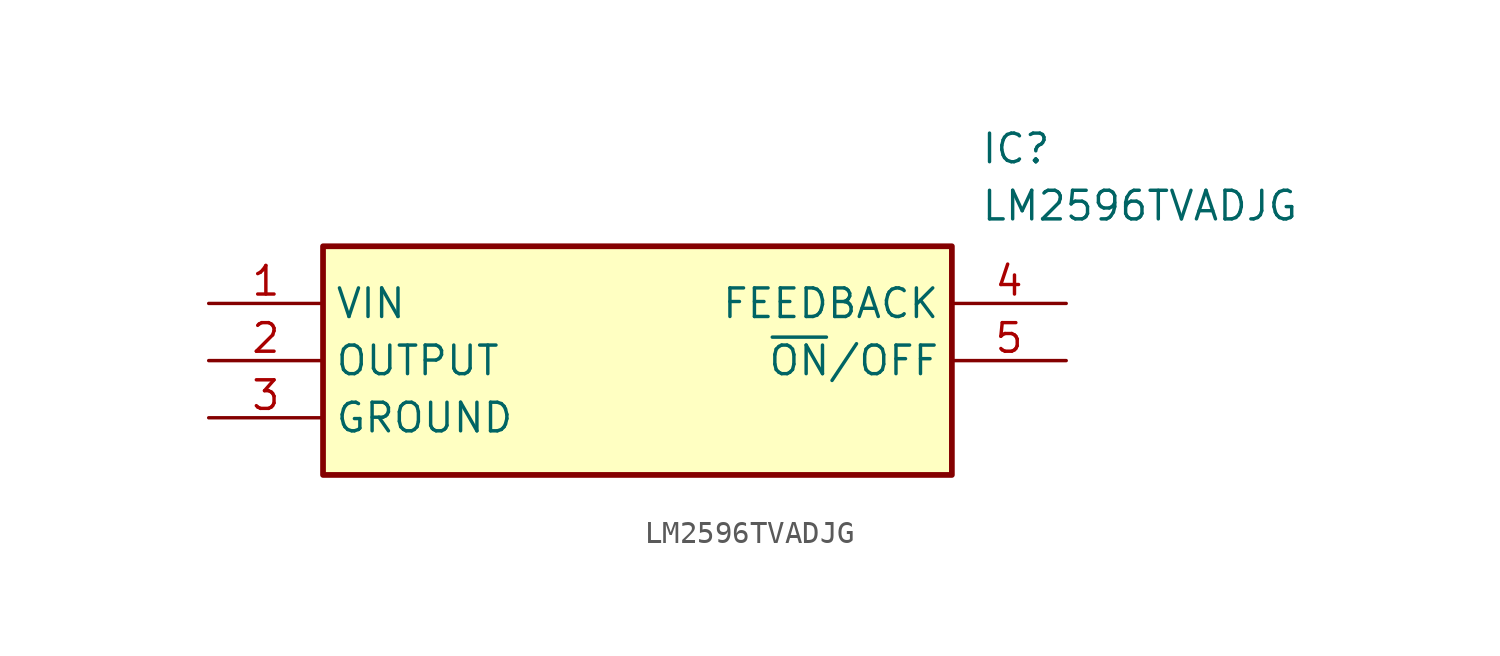
<source format=kicad_sym>
(kicad_symbol_lib
  (version 20211014)
  (generator SamacSys_ECAD_Model)
  (symbol "LM2596TVADJG"
    (property "Reference" "IC"
      (at 34.29 7.62 0)
      (effects (font (size 1.27 1.27)) (justify left top)))
    (property "Value" "LM2596TVADJG"
      (at 34.29 5.08 0)
      (effects (font (size 1.27 1.27)) (justify left top)))
    (rectangle
      (start 5.08 2.54)
      (end 33.02 -7.62)
      (stroke (width 0.254) (type default))
      (fill (type background)))
    (pin passive line
      (at 0 0 0)
      (length 5.08)
      (name "VIN" (effects (font (size 1.27 1.27))))
      (number "1" (effects (font (size 1.27 1.27)))))
    (pin passive line
      (at 0 -2.54 0)
      (length 5.08)
      (name "OUTPUT" (effects (font (size 1.27 1.27))))
      (number "2" (effects (font (size 1.27 1.27)))))
    (pin passive line
      (at 0 -5.08 0)
      (length 5.08)
      (name "GROUND" (effects (font (size 1.27 1.27))))
      (number "3" (effects (font (size 1.27 1.27)))))
    (pin passive line
      (at 38.1 0 180)
      (length 5.08)
      (name "FEEDBACK" (effects (font (size 1.27 1.27))))
      (number "4" (effects (font (size 1.27 1.27)))))
    (pin passive line
      (at 38.1 -2.54 180)
      (length 5.08)
      (name "~{ON}/OFF" (effects (font (size 1.27 1.27))))
      (number "5" (effects (font (size 1.27 1.27)))))))
</source>
